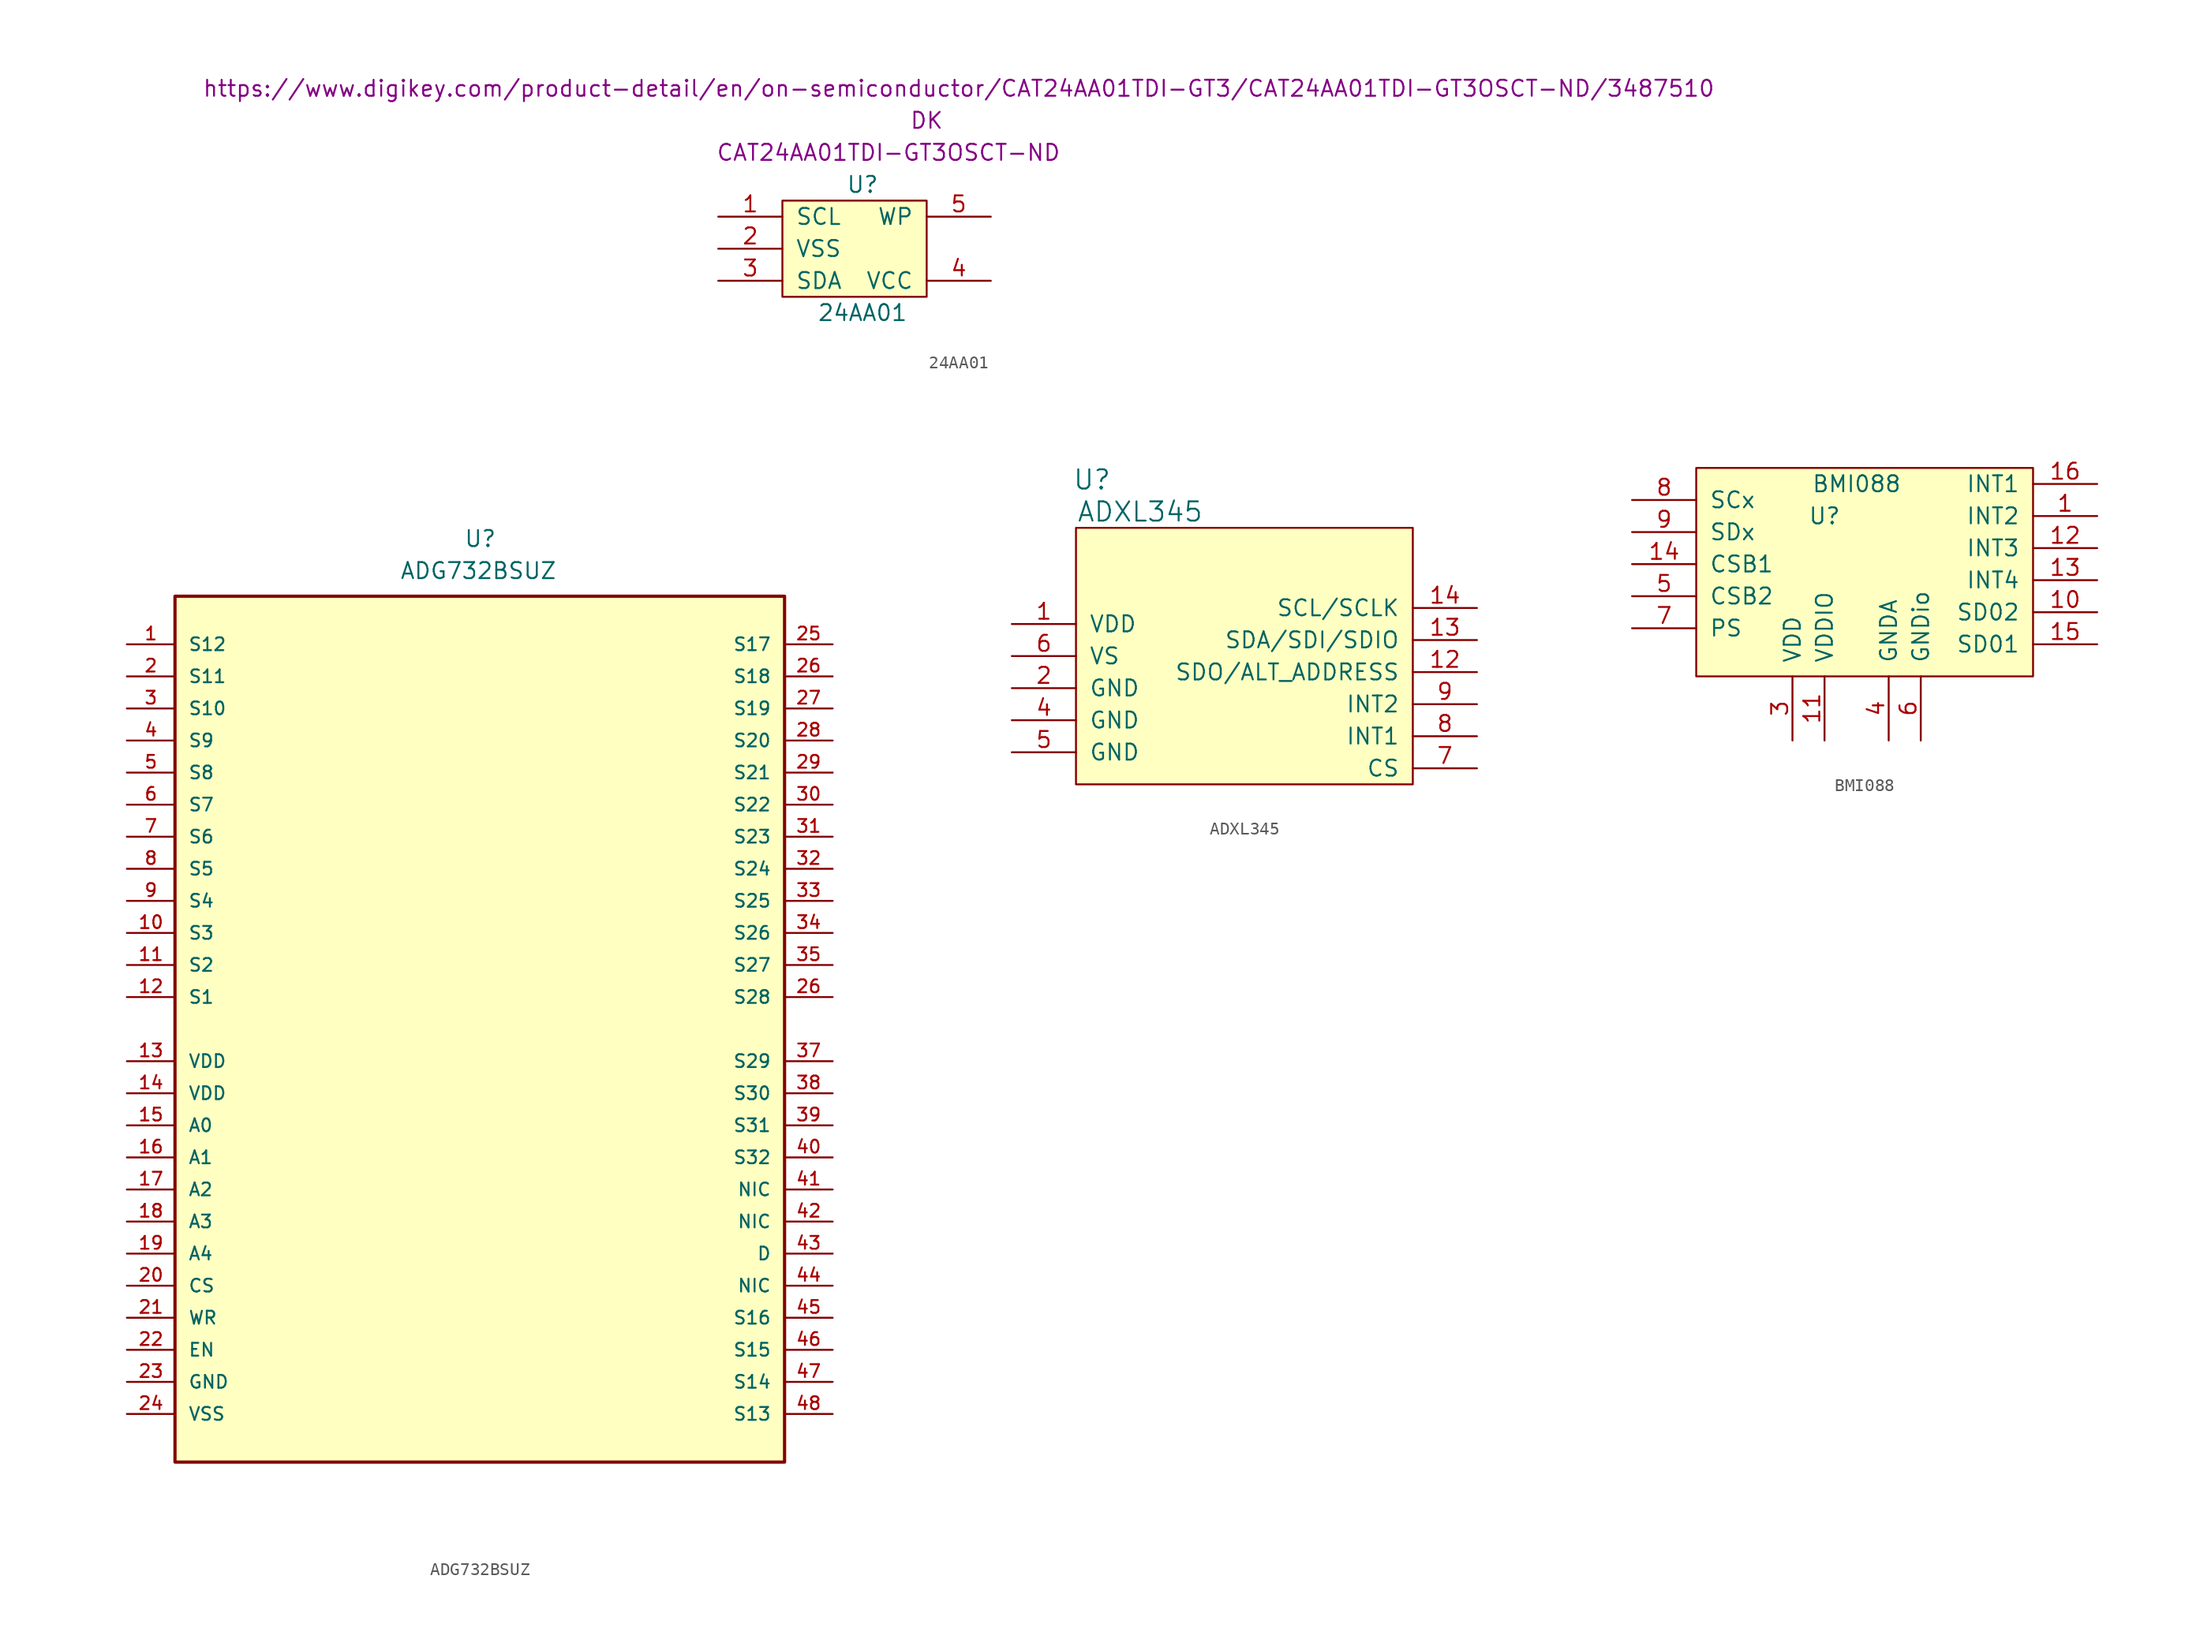
<source format=kicad_sym>
(kicad_symbol_lib
  (version 20211014)
  (generator kicad_symbol_editor)
  (symbol "24AA01"
    (pin_names
      (offset 1.016))
    (property "Reference" "U"
      (at 0 5.08 0)
      (effects (font (size 1.27 1.27))))
    (property "Value" "24AA01"
      (at 0 -5.08 0)
      (effects (font (size 1.27 1.27))))
    (property "MPN" "CAT24AA01TDI-GT3OSCT-ND "
      (at 2.54 7.62 0)
      (effects (font (size 1.27 1.27))))
    (property "MFN" "DK"
      (at 5.08 10.16 0)
      (effects (font (size 1.27 1.27))))
    (property "PurchasingLink" "https://www.digikey.com/product-detail/en/on-semiconductor/CAT24AA01TDI-GT3/CAT24AA01TDI-GT3OSCT-ND/3487510"
      (at 7.62 12.7 0)
      (effects (font (size 1.27 1.27))))
    (symbol "24AA01_0_1"
      (rectangle (start -6.35 3.81) (end 5.08 -3.81) (stroke (width 0) (type default) (color 0 0 0 0)) (fill (type background))))
    (symbol "24AA01_1_1"
      (pin input line (at -11.43 2.54 0) (length 5.08) (name "SCL" (effects (font (size 1.27 1.27)))) (number "1" (effects (font (size 1.27 1.27)))))
      (pin input line (at -11.43 0 0) (length 5.08) (name "VSS" (effects (font (size 1.27 1.27)))) (number "2" (effects (font (size 1.27 1.27)))))
      (pin input line (at -11.43 -2.54 0) (length 5.08) (name "SDA" (effects (font (size 1.27 1.27)))) (number "3" (effects (font (size 1.27 1.27)))))
      (pin input line (at 10.16 -2.54 180) (length 5.08) (name "VCC" (effects (font (size 1.27 1.27)))) (number "4" (effects (font (size 1.27 1.27)))))
      (pin input line (at 10.16 2.54 180) (length 5.08) (name "WP" (effects (font (size 1.27 1.27)))) (number "5" (effects (font (size 1.27 1.27)))))))
  (symbol "ADG732BSUZ"
    (pin_names
      (offset 1.016))
    (property "Reference" "U"
      (at -1.27 50.8 0)
      (effects (font (size 1.27 1.27)) (justify left bottom)))
    (property "Value" "ADG732BSUZ"
      (at -6.35 48.26 0)
      (effects (font (size 1.27 1.27)) (justify left bottom)))
    (symbol "ADG732BSUZ_0_1"
      (rectangle (start -24.13 46.99) (end 24.13 -21.59) (stroke (width 0.254) (type default) (color 0 0 0 0)) (fill (type background))))
    (symbol "ADG732BSUZ_1_1"
      (pin bidirectional line (at -27.94 43.18 0) (length 3.81) (name "S12" (effects (font (size 1.016 1.016)))) (number "1" (effects (font (size 1.016 1.016)))))
      (pin bidirectional line (at -27.94 20.32 0) (length 3.81) (name "S3" (effects (font (size 1.016 1.016)))) (number "10" (effects (font (size 1.016 1.016)))))
      (pin bidirectional line (at -27.94 17.78 0) (length 3.81) (name "S2" (effects (font (size 1.016 1.016)))) (number "11" (effects (font (size 1.016 1.016)))))
      (pin bidirectional line (at -27.94 15.24 0) (length 3.81) (name "S1" (effects (font (size 1.016 1.016)))) (number "12" (effects (font (size 1.016 1.016)))))
      (pin bidirectional line (at -27.94 10.16 0) (length 3.81) (name "VDD" (effects (font (size 1.016 1.016)))) (number "13" (effects (font (size 1.016 1.016)))))
      (pin bidirectional line (at -27.94 7.62 0) (length 3.81) (name "VDD" (effects (font (size 1.016 1.016)))) (number "14" (effects (font (size 1.016 1.016)))))
      (pin bidirectional line (at -27.94 5.08 0) (length 3.81) (name "A0" (effects (font (size 1.016 1.016)))) (number "15" (effects (font (size 1.016 1.016)))))
      (pin bidirectional line (at -27.94 2.54 0) (length 3.81) (name "A1" (effects (font (size 1.016 1.016)))) (number "16" (effects (font (size 1.016 1.016)))))
      (pin bidirectional line (at -27.94 0 0) (length 3.81) (name "A2" (effects (font (size 1.016 1.016)))) (number "17" (effects (font (size 1.016 1.016)))))
      (pin bidirectional line (at -27.94 -2.54 0) (length 3.81) (name "A3" (effects (font (size 1.016 1.016)))) (number "18" (effects (font (size 1.016 1.016)))))
      (pin bidirectional line (at -27.94 -5.08 0) (length 3.81) (name "A4" (effects (font (size 1.016 1.016)))) (number "19" (effects (font (size 1.016 1.016)))))
      (pin bidirectional line (at -27.94 40.64 0) (length 3.81) (name "S11" (effects (font (size 1.016 1.016)))) (number "2" (effects (font (size 1.016 1.016)))))
      (pin bidirectional line (at -27.94 -7.62 0) (length 3.81) (name "CS" (effects (font (size 1.016 1.016)))) (number "20" (effects (font (size 1.016 1.016)))))
      (pin bidirectional line (at -27.94 -10.16 0) (length 3.81) (name "WR" (effects (font (size 1.016 1.016)))) (number "21" (effects (font (size 1.016 1.016)))))
      (pin bidirectional line (at -27.94 -12.7 0) (length 3.81) (name "EN" (effects (font (size 1.016 1.016)))) (number "22" (effects (font (size 1.016 1.016)))))
      (pin bidirectional line (at -27.94 -15.24 0) (length 3.81) (name "GND" (effects (font (size 1.016 1.016)))) (number "23" (effects (font (size 1.016 1.016)))))
      (pin bidirectional line (at -27.94 -17.78 0) (length 3.81) (name "VSS" (effects (font (size 1.016 1.016)))) (number "24" (effects (font (size 1.016 1.016)))))
      (pin bidirectional line (at 27.94 43.18 180) (length 3.81) (name "S17" (effects (font (size 1.016 1.016)))) (number "25" (effects (font (size 1.016 1.016)))))
      (pin bidirectional line (at 27.94 40.64 180) (length 3.81) (name "S18" (effects (font (size 1.016 1.016)))) (number "26" (effects (font (size 1.016 1.016)))))
      (pin bidirectional line (at 27.94 15.24 180) (length 3.81) (name "S28" (effects (font (size 1.016 1.016)))) (number "26" (effects (font (size 1.016 1.016)))))
      (pin bidirectional line (at 27.94 38.1 180) (length 3.81) (name "S19" (effects (font (size 1.016 1.016)))) (number "27" (effects (font (size 1.016 1.016)))))
      (pin bidirectional line (at 27.94 35.56 180) (length 3.81) (name "S20" (effects (font (size 1.016 1.016)))) (number "28" (effects (font (size 1.016 1.016)))))
      (pin bidirectional line (at 27.94 33.02 180) (length 3.81) (name "S21" (effects (font (size 1.016 1.016)))) (number "29" (effects (font (size 1.016 1.016)))))
      (pin bidirectional line (at -27.94 38.1 0) (length 3.81) (name "S10" (effects (font (size 1.016 1.016)))) (number "3" (effects (font (size 1.016 1.016)))))
      (pin bidirectional line (at 27.94 30.48 180) (length 3.81) (name "S22" (effects (font (size 1.016 1.016)))) (number "30" (effects (font (size 1.016 1.016)))))
      (pin bidirectional line (at 27.94 27.94 180) (length 3.81) (name "S23" (effects (font (size 1.016 1.016)))) (number "31" (effects (font (size 1.016 1.016)))))
      (pin bidirectional line (at 27.94 25.4 180) (length 3.81) (name "S24" (effects (font (size 1.016 1.016)))) (number "32" (effects (font (size 1.016 1.016)))))
      (pin bidirectional line (at 27.94 22.86 180) (length 3.81) (name "S25" (effects (font (size 1.016 1.016)))) (number "33" (effects (font (size 1.016 1.016)))))
      (pin bidirectional line (at 27.94 20.32 180) (length 3.81) (name "S26" (effects (font (size 1.016 1.016)))) (number "34" (effects (font (size 1.016 1.016)))))
      (pin bidirectional line (at 27.94 17.78 180) (length 3.81) (name "S27" (effects (font (size 1.016 1.016)))) (number "35" (effects (font (size 1.016 1.016)))))
      (pin bidirectional line (at 27.94 10.16 180) (length 3.81) (name "S29" (effects (font (size 1.016 1.016)))) (number "37" (effects (font (size 1.016 1.016)))))
      (pin bidirectional line (at 27.94 7.62 180) (length 3.81) (name "S30" (effects (font (size 1.016 1.016)))) (number "38" (effects (font (size 1.016 1.016)))))
      (pin bidirectional line (at 27.94 5.08 180) (length 3.81) (name "S31" (effects (font (size 1.016 1.016)))) (number "39" (effects (font (size 1.016 1.016)))))
      (pin bidirectional line (at -27.94 35.56 0) (length 3.81) (name "S9" (effects (font (size 1.016 1.016)))) (number "4" (effects (font (size 1.016 1.016)))))
      (pin bidirectional line (at 27.94 2.54 180) (length 3.81) (name "S32" (effects (font (size 1.016 1.016)))) (number "40" (effects (font (size 1.016 1.016)))))
      (pin bidirectional line (at 27.94 0 180) (length 3.81) (name "NIC" (effects (font (size 1.016 1.016)))) (number "41" (effects (font (size 1.016 1.016)))))
      (pin bidirectional line (at 27.94 -2.54 180) (length 3.81) (name "NIC" (effects (font (size 1.016 1.016)))) (number "42" (effects (font (size 1.016 1.016)))))
      (pin bidirectional line (at 27.94 -5.08 180) (length 3.81) (name "D" (effects (font (size 1.016 1.016)))) (number "43" (effects (font (size 1.016 1.016)))))
      (pin bidirectional line (at 27.94 -7.62 180) (length 3.81) (name "NIC" (effects (font (size 1.016 1.016)))) (number "44" (effects (font (size 1.016 1.016)))))
      (pin bidirectional line (at 27.94 -10.16 180) (length 3.81) (name "S16" (effects (font (size 1.016 1.016)))) (number "45" (effects (font (size 1.016 1.016)))))
      (pin bidirectional line (at 27.94 -12.7 180) (length 3.81) (name "S15" (effects (font (size 1.016 1.016)))) (number "46" (effects (font (size 1.016 1.016)))))
      (pin bidirectional line (at 27.94 -15.24 180) (length 3.81) (name "S14" (effects (font (size 1.016 1.016)))) (number "47" (effects (font (size 1.016 1.016)))))
      (pin bidirectional line (at 27.94 -17.78 180) (length 3.81) (name "S13" (effects (font (size 1.016 1.016)))) (number "48" (effects (font (size 1.016 1.016)))))
      (pin bidirectional line (at -27.94 33.02 0) (length 3.81) (name "S8" (effects (font (size 1.016 1.016)))) (number "5" (effects (font (size 1.016 1.016)))))
      (pin bidirectional line (at -27.94 30.48 0) (length 3.81) (name "S7" (effects (font (size 1.016 1.016)))) (number "6" (effects (font (size 1.016 1.016)))))
      (pin bidirectional line (at -27.94 27.94 0) (length 3.81) (name "S6" (effects (font (size 1.016 1.016)))) (number "7" (effects (font (size 1.016 1.016)))))
      (pin bidirectional line (at -27.94 25.4 0) (length 3.81) (name "S5" (effects (font (size 1.016 1.016)))) (number "8" (effects (font (size 1.016 1.016)))))
      (pin bidirectional line (at -27.94 22.86 0) (length 3.81) (name "S4" (effects (font (size 1.016 1.016)))) (number "9" (effects (font (size 1.016 1.016)))))))
  (symbol "ADXL345"
    (pin_names
      (offset 1.016))
    (property "Reference" "U"
      (at -5.08 13.97 0)
      (effects (font (size 1.524 1.524))))
    (property "Value" "ADXL345"
      (at -1.27 11.43 0)
      (effects (font (size 1.524 1.524))))
    (symbol "ADXL345_0_1"
      (rectangle (start 20.32 10.16) (end -6.35 -10.16) (stroke (width 0) (type default) (color 0 0 0 0)) (fill (type background))))
    (symbol "ADXL345_1_1"
      (pin input line (at -11.43 2.54 0) (length 5.08) (name "VDD" (effects (font (size 1.27 1.27)))) (number "1" (effects (font (size 1.27 1.27)))))
      (pin input line (at 25.4 -1.27 180) (length 5.08) (name "SDO/ALT_ADDRESS" (effects (font (size 1.27 1.27)))) (number "12" (effects (font (size 1.27 1.27)))))
      (pin input line (at 25.4 1.27 180) (length 5.08) (name "SDA/SDI/SDIO" (effects (font (size 1.27 1.27)))) (number "13" (effects (font (size 1.27 1.27)))))
      (pin input line (at 25.4 3.81 180) (length 5.08) (name "SCL/SCLK" (effects (font (size 1.27 1.27)))) (number "14" (effects (font (size 1.27 1.27)))))
      (pin input line (at -11.43 -2.54 0) (length 5.08) (name "GND" (effects (font (size 1.27 1.27)))) (number "2" (effects (font (size 1.27 1.27)))))
      (pin input line (at -11.43 -5.08 0) (length 5.08) (name "GND" (effects (font (size 1.27 1.27)))) (number "4" (effects (font (size 1.27 1.27)))))
      (pin input line (at -11.43 -7.62 0) (length 5.08) (name "GND" (effects (font (size 1.27 1.27)))) (number "5" (effects (font (size 1.27 1.27)))))
      (pin input line (at -11.43 0 0) (length 5.08) (name "VS" (effects (font (size 1.27 1.27)))) (number "6" (effects (font (size 1.27 1.27)))))
      (pin input line (at 25.4 -8.89 180) (length 5.08) (name "CS" (effects (font (size 1.27 1.27)))) (number "7" (effects (font (size 1.27 1.27)))))
      (pin input line (at 25.4 -6.35 180) (length 5.08) (name "INT1" (effects (font (size 1.27 1.27)))) (number "8" (effects (font (size 1.27 1.27)))))
      (pin input line (at 25.4 -3.81 180) (length 5.08) (name "INT2" (effects (font (size 1.27 1.27)))) (number "9" (effects (font (size 1.27 1.27)))))))
  (symbol "BMI088"
    (pin_names
      (offset 1.016))
    (property "Reference" "U"
      (at -17.78 1.27 0)
      (effects (font (size 1.27 1.27))))
    (property "Value" "BMI088"
      (at -15.24 3.81 0)
      (effects (font (size 1.27 1.27))))
    (symbol "BMI088_0_1"
      (rectangle (start -27.94 5.08) (end -1.27 -11.43) (stroke (width 0) (type default) (color 0 0 0 0)) (fill (type background))))
    (symbol "BMI088_1_1"
      (pin output line (at 3.81 1.27 180) (length 5.08) (name "INT2" (effects (font (size 1.27 1.27)))) (number "1" (effects (font (size 1.27 1.27)))))
      (pin input line (at 3.81 -6.35 180) (length 5.08) (name "SD02" (effects (font (size 1.27 1.27)))) (number "10" (effects (font (size 1.27 1.27)))))
      (pin power_in line (at -17.78 -16.51 90) (length 5.08) (name "VDDIO" (effects (font (size 1.27 1.27)))) (number "11" (effects (font (size 1.27 1.27)))))
      (pin output line (at 3.81 -1.27 180) (length 5.08) (name "INT3" (effects (font (size 1.27 1.27)))) (number "12" (effects (font (size 1.27 1.27)))))
      (pin output line (at 3.81 -3.81 180) (length 5.08) (name "INT4" (effects (font (size 1.27 1.27)))) (number "13" (effects (font (size 1.27 1.27)))))
      (pin input line (at -33.02 -2.54 0) (length 5.08) (name "CSB1" (effects (font (size 1.27 1.27)))) (number "14" (effects (font (size 1.27 1.27)))))
      (pin input line (at 3.81 -8.89 180) (length 5.08) (name "SD01" (effects (font (size 1.27 1.27)))) (number "15" (effects (font (size 1.27 1.27)))))
      (pin output line (at 3.81 3.81 180) (length 5.08) (name "INT1" (effects (font (size 1.27 1.27)))) (number "16" (effects (font (size 1.27 1.27)))))
      (pin power_in line (at -20.32 -16.51 90) (length 5.08) (name "VDD" (effects (font (size 1.27 1.27)))) (number "3" (effects (font (size 1.27 1.27)))))
      (pin power_in line (at -12.7 -16.51 90) (length 5.08) (name "GNDA" (effects (font (size 1.27 1.27)))) (number "4" (effects (font (size 1.27 1.27)))))
      (pin output line (at -33.02 -5.08 0) (length 5.08) (name "CSB2" (effects (font (size 1.27 1.27)))) (number "5" (effects (font (size 1.27 1.27)))))
      (pin power_in line (at -10.16 -16.51 90) (length 5.08) (name "GNDio" (effects (font (size 1.27 1.27)))) (number "6" (effects (font (size 1.27 1.27)))))
      (pin input line (at -33.02 -7.62 0) (length 5.08) (name "PS" (effects (font (size 1.27 1.27)))) (number "7" (effects (font (size 1.27 1.27)))))
      (pin input line (at -33.02 2.54 0) (length 5.08) (name "SCx" (effects (font (size 1.27 1.27)))) (number "8" (effects (font (size 1.27 1.27)))))
      (pin input line (at -33.02 0 0) (length 5.08) (name "SDx" (effects (font (size 1.27 1.27)))) (number "9" (effects (font (size 1.27 1.27))))))))
</source>
